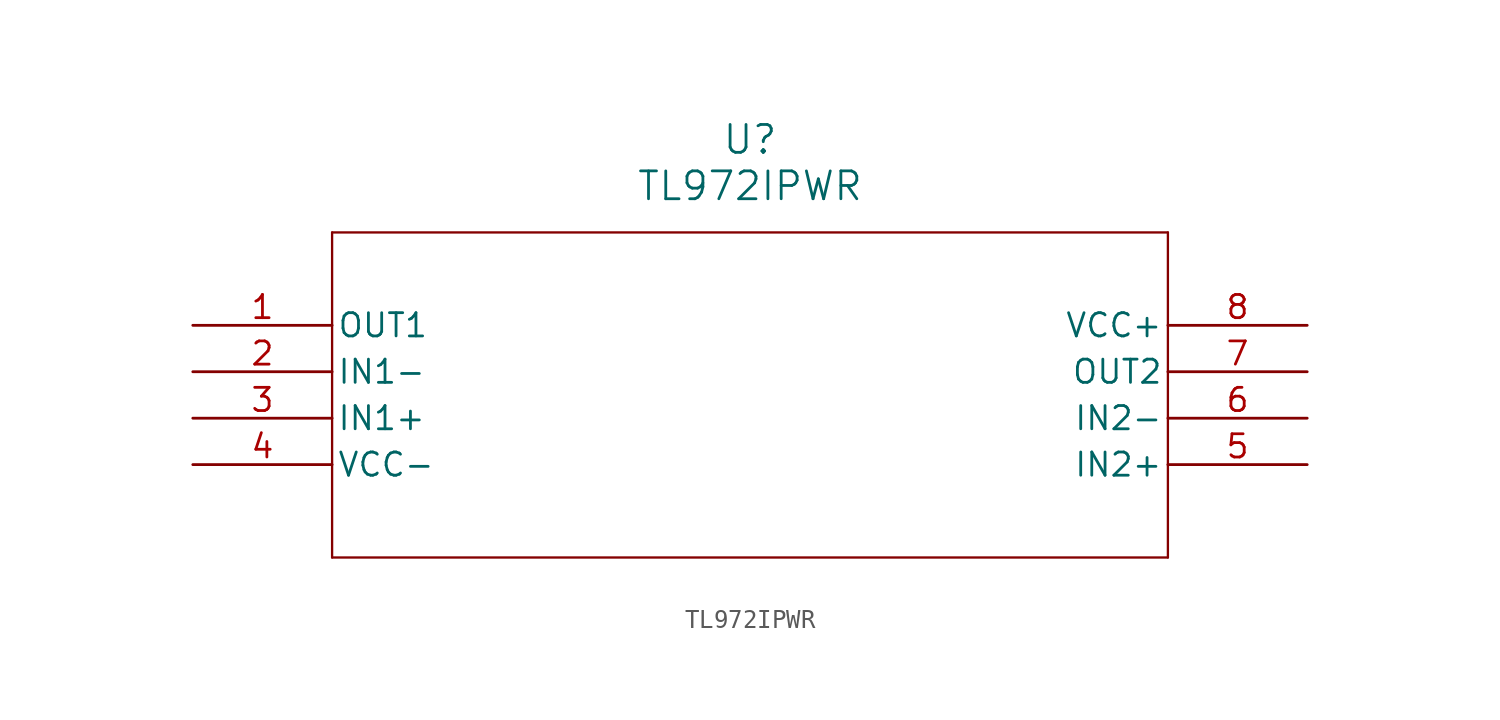
<source format=kicad_sym>
(kicad_symbol_lib
  (version 20211014)
  (generator kicad_symbol_editor)
  (symbol "TL972IPWR"
    (pin_names
      (offset 0.254))
    (property "Reference" "U"
      (at 30.48 10.16 0)
      (effects (font (size 1.524 1.524))))
    (property "Value" "TL972IPWR"
      (at 30.48 7.62 0)
      (effects (font (size 1.524 1.524))))
    (symbol "TL972IPWR_0_1"
      (polyline (pts (xy 7.62 5.08) (xy 7.62 -12.7)) (stroke (width 0.127) (type default) (color 0 0 0 0)) (fill (type none)))
      (polyline (pts (xy 7.62 -12.7) (xy 53.34 -12.7)) (stroke (width 0.127) (type default) (color 0 0 0 0)) (fill (type none)))
      (polyline (pts (xy 53.34 -12.7) (xy 53.34 5.08)) (stroke (width 0.127) (type default) (color 0 0 0 0)) (fill (type none)))
      (polyline (pts (xy 53.34 5.08) (xy 7.62 5.08)) (stroke (width 0.127) (type default) (color 0 0 0 0)) (fill (type none)))
      (pin output line (at 0 0 0) (length 7.62) (name "OUT1" (effects (font (size 1.27 1.27)))) (number "1" (effects (font (size 1.27 1.27)))))
      (pin input line (at 0 -2.54 0) (length 7.62) (name "IN1-" (effects (font (size 1.27 1.27)))) (number "2" (effects (font (size 1.27 1.27)))))
      (pin input line (at 0 -5.08 0) (length 7.62) (name "IN1+" (effects (font (size 1.27 1.27)))) (number "3" (effects (font (size 1.27 1.27)))))
      (pin power_in line (at 0 -7.62 0) (length 7.62) (name "VCC-" (effects (font (size 1.27 1.27)))) (number "4" (effects (font (size 1.27 1.27)))))
      (pin input line (at 60.96 -7.62 180) (length 7.62) (name "IN2+" (effects (font (size 1.27 1.27)))) (number "5" (effects (font (size 1.27 1.27)))))
      (pin input line (at 60.96 -5.08 180) (length 7.62) (name "IN2-" (effects (font (size 1.27 1.27)))) (number "6" (effects (font (size 1.27 1.27)))))
      (pin output line (at 60.96 -2.54 180) (length 7.62) (name "OUT2" (effects (font (size 1.27 1.27)))) (number "7" (effects (font (size 1.27 1.27)))))
      (pin power_in line (at 60.96 0 180) (length 7.62) (name "VCC+" (effects (font (size 1.27 1.27)))) (number "8" (effects (font (size 1.27 1.27))))))))
</source>
